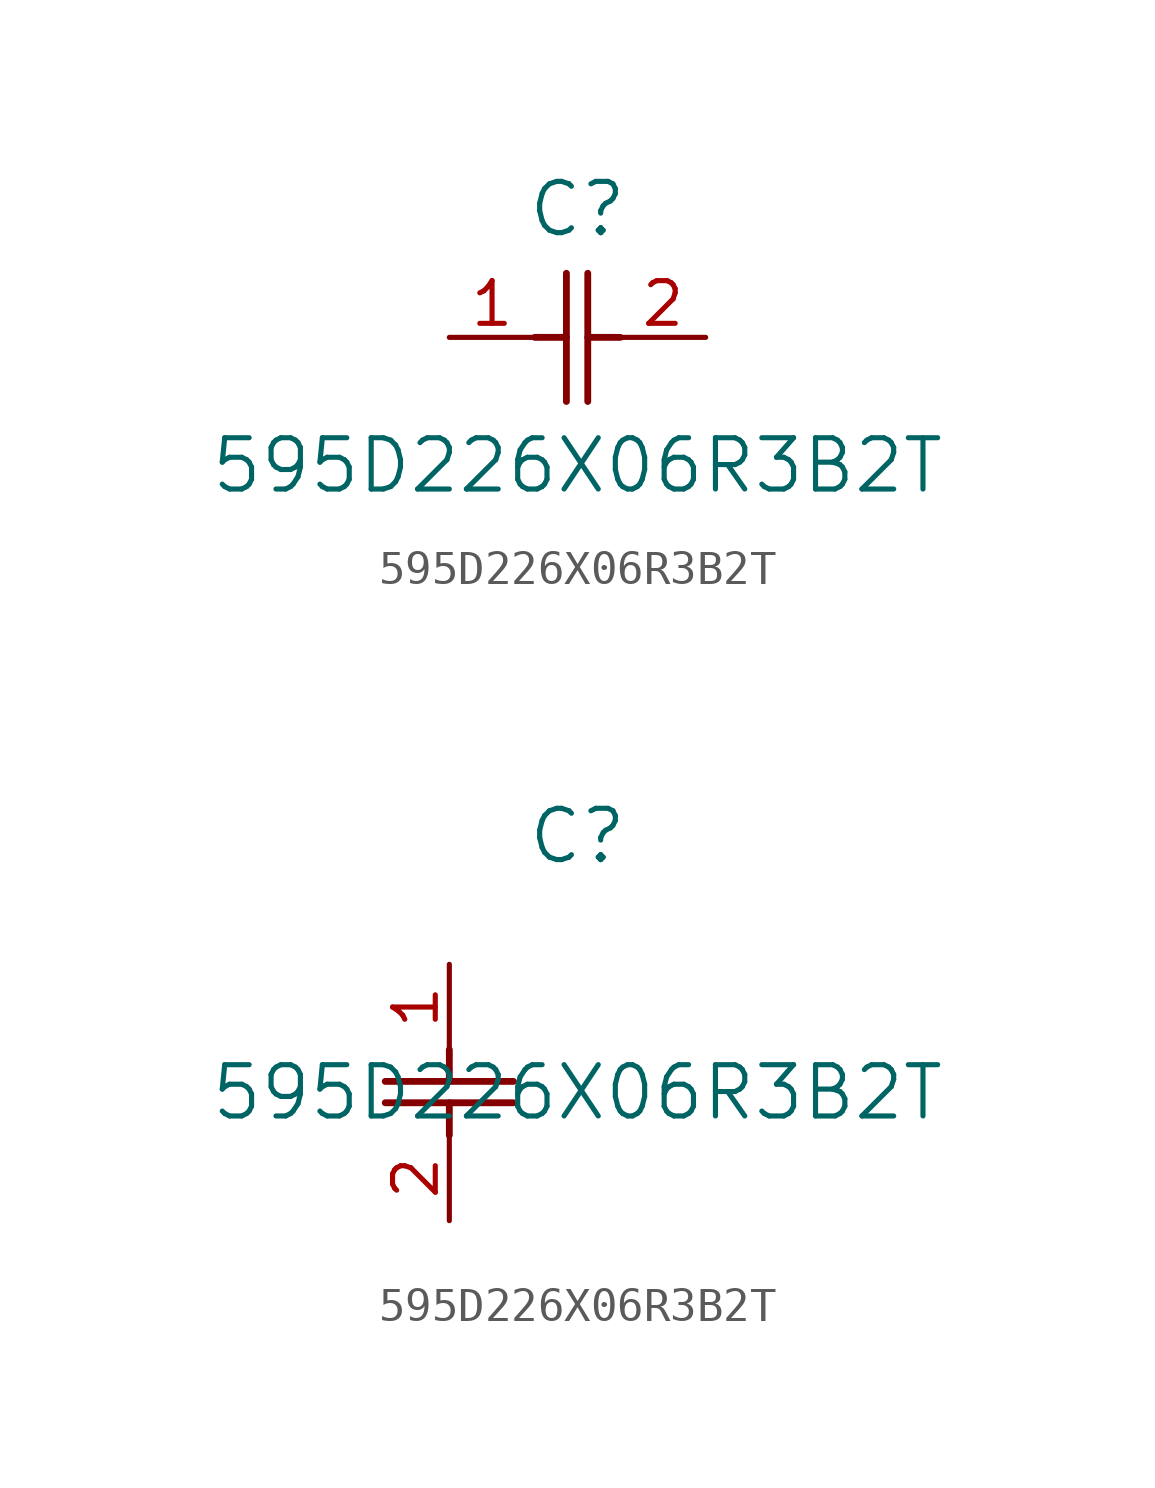
<source format=kicad_sym>
(kicad_symbol_lib
  (version 20211014)
  (generator kicad_symbol_editor)
  (symbol "595D226X06R3B2T"
    (pin_names
      (offset 0.254))
    (property "Reference" "C"
      (at 3.81 3.81 0)
      (effects (font (size 1.524 1.524))))
    (property "Value" "595D226X06R3B2T"
      (at 3.81 -3.81 0)
      (effects (font (size 1.524 1.524))))
    (symbol "595D226X06R3B2T_1_1"
      (polyline (pts (xy 3.48 -1.905) (xy 3.48 1.905)) (stroke (width 0.203) (type default) (color 0 0 0 0)) (fill (type none)))
      (polyline (pts (xy 4.115 -1.905) (xy 4.115 1.905)) (stroke (width 0.203) (type default) (color 0 0 0 0)) (fill (type none)))
      (polyline (pts (xy 4.115 0) (xy 5.08 0)) (stroke (width 0.203) (type default) (color 0 0 0 0)) (fill (type none)))
      (polyline (pts (xy 2.54 0) (xy 3.48 0)) (stroke (width 0.203) (type default) (color 0 0 0 0)) (fill (type none)))
      (pin unspecified line (at 0 0 0) (length 2.54) (name "" (effects (font (size 1.27 1.27)))) (number "1" (effects (font (size 1.27 1.27)))))
      (pin unspecified line (at 7.62 0 180) (length 2.54) (name "" (effects (font (size 1.27 1.27)))) (number "2" (effects (font (size 1.27 1.27))))))
    (symbol "595D226X06R3B2T_1_2"
      (polyline (pts (xy -1.905 -3.48) (xy 1.905 -3.48)) (stroke (width 0.203) (type default) (color 0 0 0 0)) (fill (type none)))
      (polyline (pts (xy -1.905 -4.115) (xy 1.905 -4.115)) (stroke (width 0.203) (type default) (color 0 0 0 0)) (fill (type none)))
      (polyline (pts (xy 0 -4.115) (xy 0 -5.08)) (stroke (width 0.203) (type default) (color 0 0 0 0)) (fill (type none)))
      (polyline (pts (xy 0 -2.54) (xy 0 -3.48)) (stroke (width 0.203) (type default) (color 0 0 0 0)) (fill (type none)))
      (pin unspecified line (at 0 0 270) (length 2.54) (name "" (effects (font (size 1.27 1.27)))) (number "1" (effects (font (size 1.27 1.27)))))
      (pin unspecified line (at 0 -7.62 90) (length 2.54) (name "" (effects (font (size 1.27 1.27)))) (number "2" (effects (font (size 1.27 1.27))))))))
</source>
